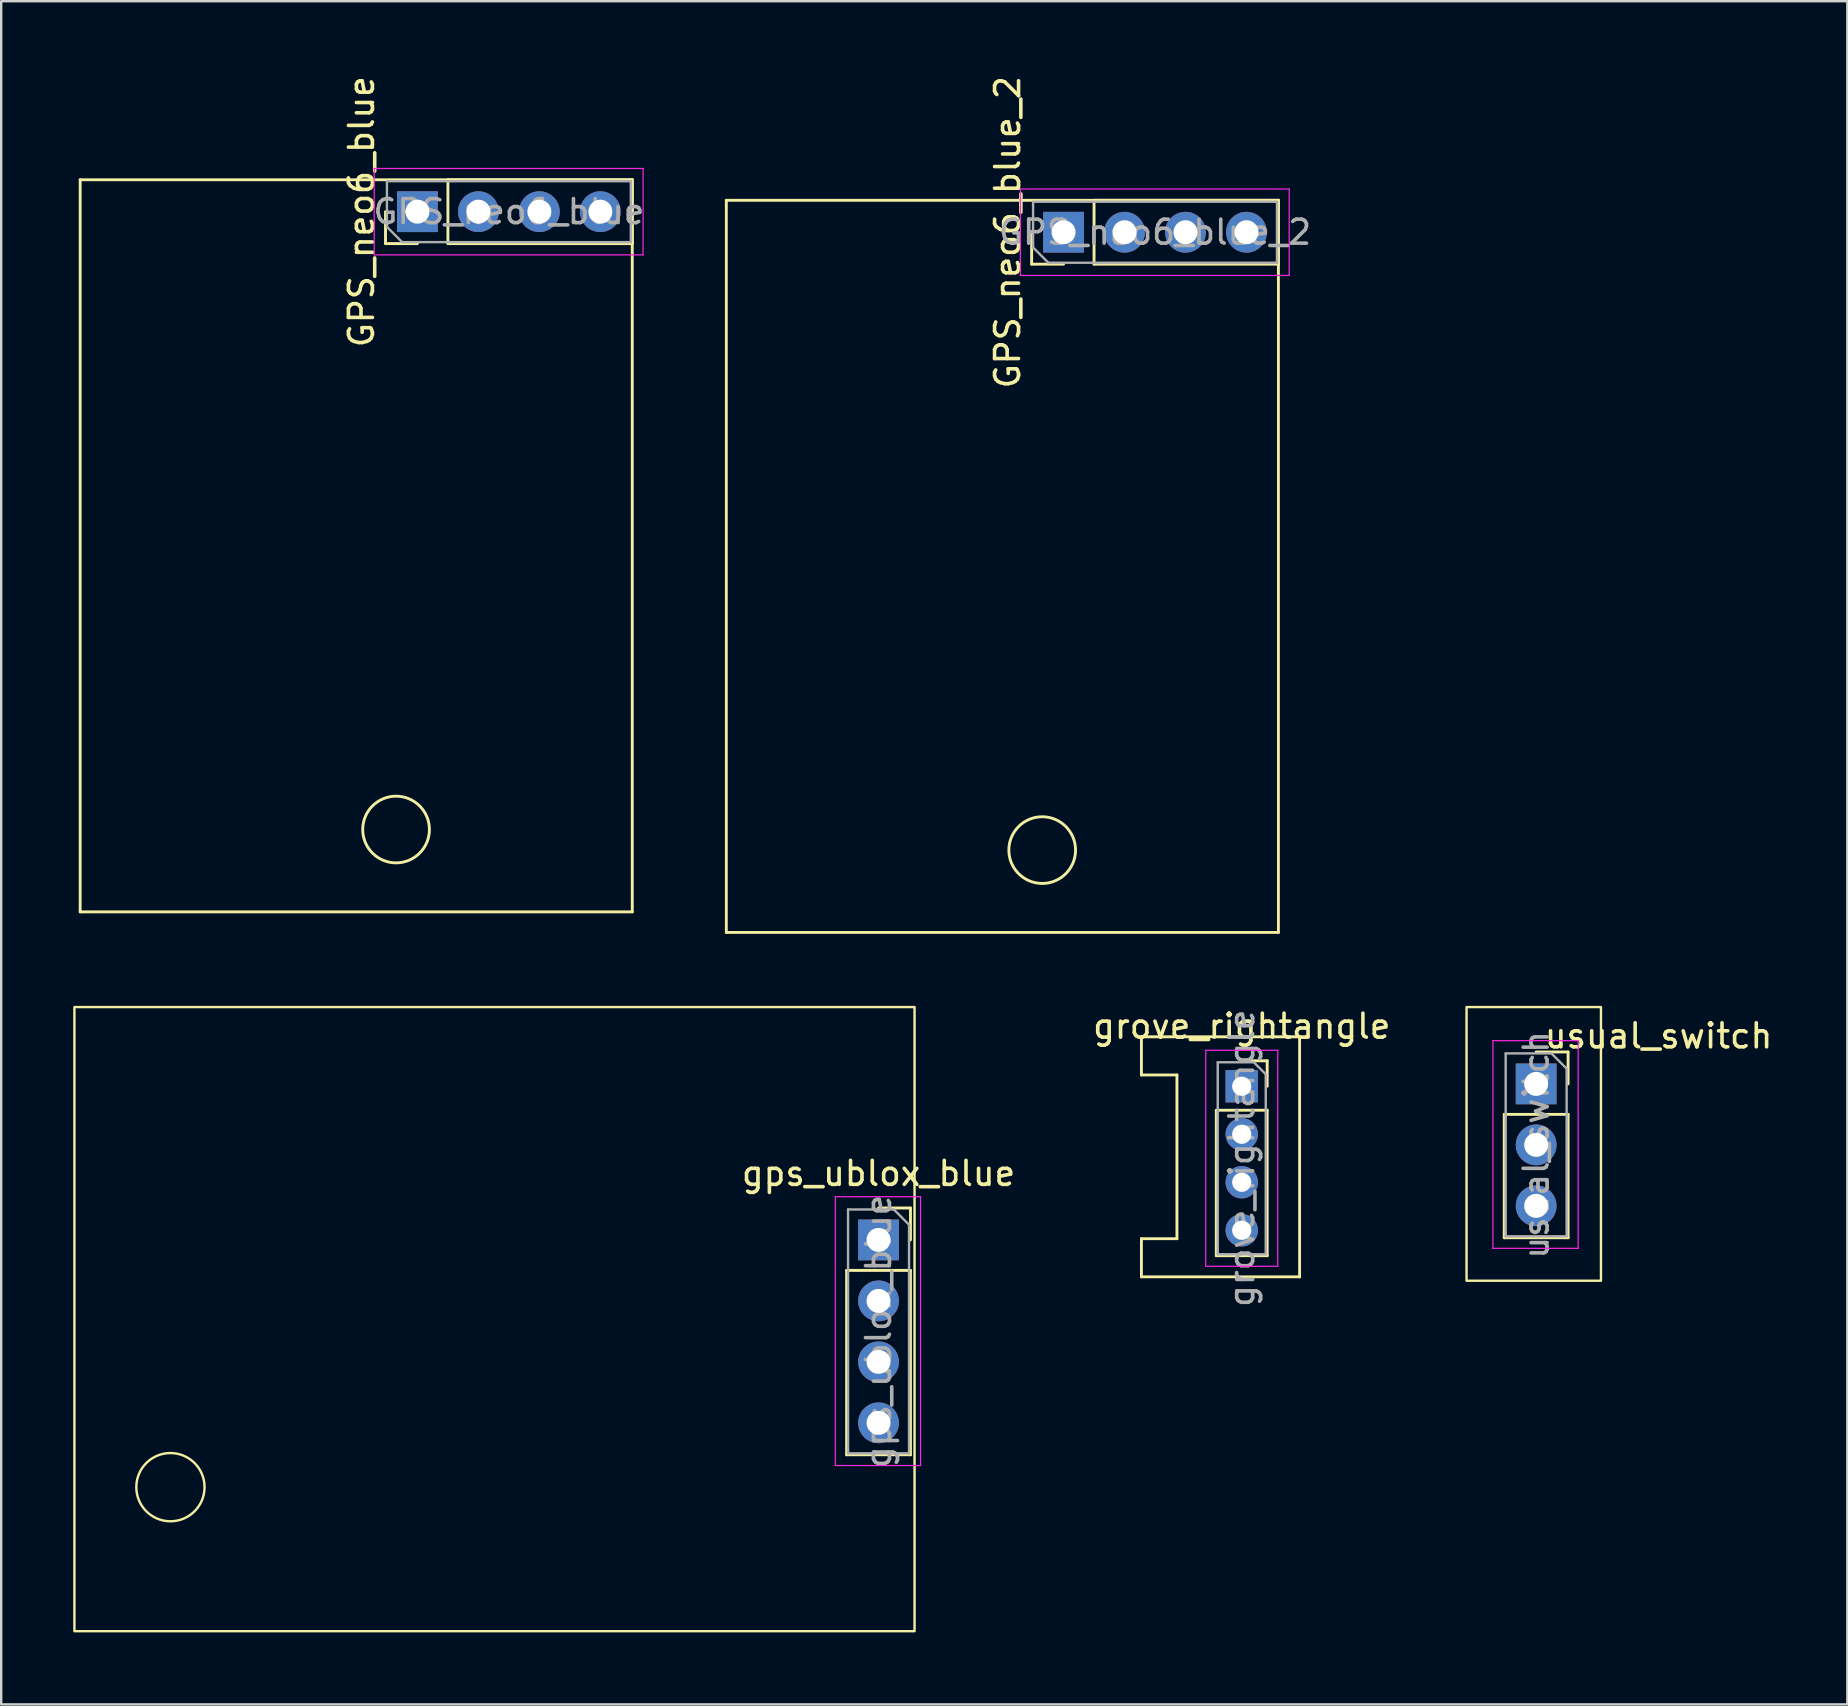
<source format=kicad_pcb>
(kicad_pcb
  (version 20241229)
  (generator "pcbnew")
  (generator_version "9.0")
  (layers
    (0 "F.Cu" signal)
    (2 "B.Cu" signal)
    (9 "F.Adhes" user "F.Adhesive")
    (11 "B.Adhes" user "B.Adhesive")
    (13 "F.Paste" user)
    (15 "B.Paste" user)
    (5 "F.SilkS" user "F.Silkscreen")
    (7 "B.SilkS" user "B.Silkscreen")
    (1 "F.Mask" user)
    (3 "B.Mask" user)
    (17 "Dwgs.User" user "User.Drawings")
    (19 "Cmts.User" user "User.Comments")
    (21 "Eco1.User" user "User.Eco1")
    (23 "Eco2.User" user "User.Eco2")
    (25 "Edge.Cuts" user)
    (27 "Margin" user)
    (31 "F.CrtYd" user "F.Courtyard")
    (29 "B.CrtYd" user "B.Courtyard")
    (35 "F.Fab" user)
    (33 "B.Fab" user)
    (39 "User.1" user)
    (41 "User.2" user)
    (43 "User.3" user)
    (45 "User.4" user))
  (footprint "gps_ublox_blue"
    (layer "F.Cu")
    (at 33.55 48.605)
    (property "Reference" "gps_ublox_blue" (at 0 -2.77 0) (layer "F.SilkS") (effects (font (size 1 1) (thickness 0.15))))
    (attr through_hole)
    (fp_line (start -1.33 1.27) (end -1.33 8.95) (stroke (width 0.12) (type solid)) (layer "F.SilkS"))
    (fp_line (start -1.33 1.27) (end 1.33 1.27) (stroke (width 0.12) (type solid)) (layer "F.SilkS"))
    (fp_line (start -1.33 8.95) (end 1.33 8.95) (stroke (width 0.12) (type solid)) (layer "F.SilkS"))
    (fp_line (start 0 -1.33) (end 1.33 -1.33) (stroke (width 0.12) (type solid)) (layer "F.SilkS"))
    (fp_line (start 1.33 -1.33) (end 1.33 0) (stroke (width 0.12) (type solid)) (layer "F.SilkS"))
    (fp_line (start 1.33 1.27) (end 1.33 8.95) (stroke (width 0.12) (type solid)) (layer "F.SilkS"))
    (fp_rect (start -33.5 -9.7) (end 1.5 16.3) (stroke (width 0.1) (type default)) (fill no) (layer "F.SilkS"))
    (fp_circle (center -29.5 10.3) (end -28.4 11.2) (stroke (width 0.1) (type default)) (fill no) (layer "F.SilkS"))
    (fp_line (start -1.8 -1.8) (end 1.75 -1.8) (stroke (width 0.05) (type solid)) (layer "F.CrtYd"))
    (fp_line (start -1.8 9.4) (end -1.8 -1.8) (stroke (width 0.05) (type solid)) (layer "F.CrtYd"))
    (fp_line (start 1.75 -1.8) (end 1.75 9.4) (stroke (width 0.05) (type solid)) (layer "F.CrtYd"))
    (fp_line (start 1.75 9.4) (end -1.8 9.4) (stroke (width 0.05) (type solid)) (layer "F.CrtYd"))
    (fp_line (start -1.27 -1.27) (end 0.635 -1.27) (stroke (width 0.1) (type solid)) (layer "F.Fab"))
    (fp_line (start -1.27 8.89) (end -1.27 -1.27) (stroke (width 0.1) (type solid)) (layer "F.Fab"))
    (fp_line (start 0.635 -1.27) (end 1.27 -0.635) (stroke (width 0.1) (type solid)) (layer "F.Fab"))
    (fp_line (start 1.27 -0.635) (end 1.27 8.89) (stroke (width 0.1) (type solid)) (layer "F.Fab"))
    (fp_line (start 1.27 8.89) (end -1.27 8.89) (stroke (width 0.1) (type solid)) (layer "F.Fab"))
    (fp_text user "${REFERENCE}" (at 0 3.81 90) (layer "F.Fab") (effects (font (size 1 1) (thickness 0.15))))
    (pad "1" thru_hole rect (at 0 0) (size 1.7 1.7) (drill 1) (layers "*.Cu" "*.Mask"))
    (pad "2" thru_hole oval (at 0 2.54) (size 1.7 1.7) (drill 1) (layers "*.Cu" "*.Mask"))
    (pad "3" thru_hole oval (at 0 5.08) (size 1.7 1.7) (drill 1) (layers "*.Cu" "*.Mask"))
    (pad "4" thru_hole oval (at 0 7.62) (size 1.7 1.7) (drill 1) (layers "*.Cu" "*.Mask")))
  (footprint "GPS_neo6_blue_2"
    (layer "F.Cu")
    (at 27.168 5.265)
    (property "Reference" "GPS_neo6_blue_2" (at 11.76 1.36 90) (layer "F.SilkS") (effects (font (size 1 1) (thickness 0.15))))
    (attr through_hole)
    (fp_line (start 0.04 30.53) (end 0.04 0.03) (stroke (width 0.12) (type solid)) (layer "F.SilkS"))
    (fp_line (start 12.76 2.69) (end 12.76 1.36) (stroke (width 0.12) (type solid)) (layer "F.SilkS"))
    (fp_line (start 14.09 2.69) (end 12.76 2.69) (stroke (width 0.12) (type solid)) (layer "F.SilkS"))
    (fp_line (start 15.36 0.03) (end 23.04 0.03) (stroke (width 0.12) (type solid)) (layer "F.SilkS"))
    (fp_line (start 15.36 2.69) (end 15.36 0.03) (stroke (width 0.12) (type solid)) (layer "F.SilkS"))
    (fp_line (start 15.36 2.69) (end 23.04 2.69) (stroke (width 0.12) (type solid)) (layer "F.SilkS"))
    (fp_line (start 23.04 0.03) (end 0.04 0.03) (stroke (width 0.12) (type solid)) (layer "F.SilkS"))
    (fp_line (start 23.04 0.03) (end 23.04 30.53) (stroke (width 0.12) (type solid)) (layer "F.SilkS"))
    (fp_line (start 23.04 2.69) (end 23.04 0.03) (stroke (width 0.12) (type solid)) (layer "F.SilkS"))
    (fp_line (start 23.04 30.53) (end 0.04 30.53) (stroke (width 0.12) (type solid)) (layer "F.SilkS"))
    (fp_circle (center 13.2 27.1) (end 14.4 27.8) (stroke (width 0.12) (type solid)) (fill no) (layer "F.SilkS"))
    (fp_line (start 12.29 -0.44) (end 12.29 3.16) (stroke (width 0.05) (type solid)) (layer "F.CrtYd"))
    (fp_line (start 12.29 3.16) (end 23.49 3.16) (stroke (width 0.05) (type solid)) (layer "F.CrtYd"))
    (fp_line (start 23.49 -0.44) (end 12.29 -0.44) (stroke (width 0.05) (type solid)) (layer "F.CrtYd"))
    (fp_line (start 23.49 3.16) (end 23.49 -0.44) (stroke (width 0.05) (type solid)) (layer "F.CrtYd"))
    (fp_line (start 12.82 0.09) (end 22.98 0.09) (stroke (width 0.1) (type solid)) (layer "F.Fab"))
    (fp_line (start 12.82 1.995) (end 12.82 0.09) (stroke (width 0.1) (type solid)) (layer "F.Fab"))
    (fp_line (start 13.455 2.63) (end 12.82 1.995) (stroke (width 0.1) (type solid)) (layer "F.Fab"))
    (fp_line (start 22.98 0.09) (end 22.98 2.63) (stroke (width 0.1) (type solid)) (layer "F.Fab"))
    (fp_line (start 22.98 2.63) (end 13.455 2.63) (stroke (width 0.1) (type solid)) (layer "F.Fab"))
    (fp_text user "${REFERENCE}" (at 17.9 1.36 180) (layer "F.Fab") (effects (font (size 1 1) (thickness 0.15))))
    (pad "1" thru_hole rect (at 14.09 1.36 90) (size 1.7 1.7) (drill 1) (layers "*.Cu" "*.Mask"))
    (pad "2" thru_hole oval (at 16.63 1.36 90) (size 1.7 1.7) (drill 1) (layers "*.Cu" "*.Mask"))
    (pad "3" thru_hole oval (at 19.17 1.36 90) (size 1.7 1.7) (drill 1) (layers "*.Cu" "*.Mask"))
    (pad "4" thru_hole oval (at 21.71 1.36 90) (size 1.7 1.7) (drill 1) (layers "*.Cu" "*.Mask")))
  (footprint "usual_switch"
    (layer "F.Cu")
    (at 60.946 42.105)
    (property "Reference" "usual_switch" (at 5.1 -2 0) (layer "F.SilkS") (effects (font (size 1 1) (thickness 0.15))))
    (attr through_hole)
    (fp_line (start -1.33 1.27) (end -1.33 6.41) (stroke (width 0.12) (type solid)) (layer "F.SilkS"))
    (fp_line (start -1.33 1.27) (end 1.33 1.27) (stroke (width 0.12) (type solid)) (layer "F.SilkS"))
    (fp_line (start -1.33 6.41) (end 1.33 6.41) (stroke (width 0.12) (type solid)) (layer "F.SilkS"))
    (fp_line (start 0 -1.33) (end 1.33 -1.33) (stroke (width 0.12) (type solid)) (layer "F.SilkS"))
    (fp_line (start 1.33 -1.33) (end 1.33 0) (stroke (width 0.12) (type solid)) (layer "F.SilkS"))
    (fp_line (start 1.33 1.27) (end 1.33 6.41) (stroke (width 0.12) (type solid)) (layer "F.SilkS"))
    (fp_rect (start -2.9 -3.2) (end 2.7 8.2) (stroke (width 0.1) (type default)) (fill no) (layer "F.SilkS"))
    (fp_line (start -1.8 -1.8) (end 1.75 -1.8) (stroke (width 0.05) (type solid)) (layer "F.CrtYd"))
    (fp_line (start -1.8 6.85) (end -1.8 -1.8) (stroke (width 0.05) (type solid)) (layer "F.CrtYd"))
    (fp_line (start 1.75 -1.8) (end 1.75 6.85) (stroke (width 0.05) (type solid)) (layer "F.CrtYd"))
    (fp_line (start 1.75 6.85) (end -1.8 6.85) (stroke (width 0.05) (type solid)) (layer "F.CrtYd"))
    (fp_line (start -1.27 -1.27) (end 0.635 -1.27) (stroke (width 0.1) (type solid)) (layer "F.Fab"))
    (fp_line (start -1.27 6.35) (end -1.27 -1.27) (stroke (width 0.1) (type solid)) (layer "F.Fab"))
    (fp_line (start 0.635 -1.27) (end 1.27 -0.635) (stroke (width 0.1) (type solid)) (layer "F.Fab"))
    (fp_line (start 1.27 -0.635) (end 1.27 6.35) (stroke (width 0.1) (type solid)) (layer "F.Fab"))
    (fp_line (start 1.27 6.35) (end -1.27 6.35) (stroke (width 0.1) (type solid)) (layer "F.Fab"))
    (fp_text user "${REFERENCE}" (at 0 2.54 90) (layer "F.Fab") (effects (font (size 1 1) (thickness 0.15))))
    (pad "1" thru_hole rect (at 0 0) (size 1.7 1.7) (drill 1) (layers "*.Cu" "*.Mask"))
    (pad "2" thru_hole oval (at 0 2.54) (size 1.7 1.7) (drill 1) (layers "*.Cu" "*.Mask"))
    (pad "3" thru_hole oval (at 0 5.08) (size 1.7 1.7) (drill 1) (layers "*.Cu" "*.Mask")))
  (footprint "grove_rightangle"
    (layer "F.Cu")
    (at 48.681 42.203)
    (property "Reference" "grove_rightangle" (at 0 -2.5 0) (layer "F.SilkS") (effects (font (size 1 1) (thickness 0.15))))
    (attr through_hole)
    (fp_line (start -4.18 -2.06) (end -4.18 -0.47) (stroke (width 0.12) (type default)) (layer "F.SilkS"))
    (fp_line (start -4.18 -0.47) (end -2.7 -0.47) (stroke (width 0.12) (type default)) (layer "F.SilkS"))
    (fp_line (start -4.18 6.35) (end -2.7 6.35) (stroke (width 0.12) (type default)) (layer "F.SilkS"))
    (fp_line (start -4.18 7.94) (end -4.18 6.35) (stroke (width 0.12) (type default)) (layer "F.SilkS"))
    (fp_line (start -2.7 -0.47) (end -2.7 6.35) (stroke (width 0.12) (type default)) (layer "F.SilkS"))
    (fp_line (start -1.06 1) (end -1.06 7.06) (stroke (width 0.12) (type solid)) (layer "F.SilkS"))
    (fp_line (start -1.06 1) (end 1.06 1) (stroke (width 0.12) (type solid)) (layer "F.SilkS"))
    (fp_line (start -1.06 7.06) (end 1.06 7.06) (stroke (width 0.12) (type solid)) (layer "F.SilkS"))
    (fp_line (start 0 -1.06) (end 1.06 -1.06) (stroke (width 0.12) (type solid)) (layer "F.SilkS"))
    (fp_line (start 1.06 -1.06) (end 1.06 0) (stroke (width 0.12) (type solid)) (layer "F.SilkS"))
    (fp_line (start 1.06 1) (end 1.06 7.06) (stroke (width 0.12) (type solid)) (layer "F.SilkS"))
    (fp_line (start 2.41 -2.06) (end -4.18 -2.06) (stroke (width 0.12) (type default)) (layer "F.SilkS"))
    (fp_line (start 2.41 -2.06) (end 2.41 7.94) (stroke (width 0.12) (type default)) (layer "F.SilkS"))
    (fp_line (start 2.41 7.94) (end -4.18 7.94) (stroke (width 0.12) (type default)) (layer "F.SilkS"))
    (fp_line (start -1.5 -1.5) (end 1.5 -1.5) (stroke (width 0.05) (type solid)) (layer "F.CrtYd"))
    (fp_line (start -1.5 7.5) (end -1.5 -1.5) (stroke (width 0.05) (type solid)) (layer "F.CrtYd"))
    (fp_line (start 1.5 -1.5) (end 1.5 7.5) (stroke (width 0.05) (type solid)) (layer "F.CrtYd"))
    (fp_line (start 1.5 7.5) (end -1.5 7.5) (stroke (width 0.05) (type solid)) (layer "F.CrtYd"))
    (fp_line (start -1 -1) (end 0.5 -1) (stroke (width 0.1) (type solid)) (layer "F.Fab"))
    (fp_line (start -1 7) (end -1 -1) (stroke (width 0.1) (type solid)) (layer "F.Fab"))
    (fp_line (start 0.5 -1) (end 1 -0.5) (stroke (width 0.1) (type solid)) (layer "F.Fab"))
    (fp_line (start 1 -0.5) (end 1 7) (stroke (width 0.1) (type solid)) (layer "F.Fab"))
    (fp_line (start 1 7) (end -1 7) (stroke (width 0.1) (type solid)) (layer "F.Fab"))
    (fp_text user "${REFERENCE}" (at 0 3 90) (layer "F.Fab") (effects (font (size 1 1) (thickness 0.15))))
    (pad "1" thru_hole oval (at 0 6) (size 1.35 1.35) (drill 0.8) (layers "*.Cu" "*.Mask"))
    (pad "2" thru_hole oval (at 0 4) (size 1.35 1.35) (drill 0.8) (layers "*.Cu" "*.Mask"))
    (pad "3" thru_hole oval (at 0 2) (size 1.35 1.35) (drill 0.8) (layers "*.Cu" "*.Mask"))
    (pad "4" thru_hole rect (at 0 0) (size 1.35 1.35) (drill 0.8) (layers "*.Cu" "*.Mask")))
  (footprint "GPS_neo6_blue"
    (layer "F.Cu")
    (at 0.25 4.408)
    (property "Reference" "GPS_neo6_blue" (at 11.76 1.36 90) (layer "F.SilkS") (effects (font (size 1 1) (thickness 0.15))))
    (attr through_hole)
    (fp_line (start 0.04 30.53) (end 0.04 0.03) (stroke (width 0.12) (type solid)) (layer "F.SilkS"))
    (fp_line (start 12.76 2.69) (end 12.76 1.36) (stroke (width 0.12) (type solid)) (layer "F.SilkS"))
    (fp_line (start 14.09 2.69) (end 12.76 2.69) (stroke (width 0.12) (type solid)) (layer "F.SilkS"))
    (fp_line (start 15.36 0.03) (end 23.04 0.03) (stroke (width 0.12) (type solid)) (layer "F.SilkS"))
    (fp_line (start 15.36 2.69) (end 15.36 0.03) (stroke (width 0.12) (type solid)) (layer "F.SilkS"))
    (fp_line (start 15.36 2.69) (end 23.04 2.69) (stroke (width 0.12) (type solid)) (layer "F.SilkS"))
    (fp_line (start 23.04 0.03) (end 0.04 0.03) (stroke (width 0.12) (type solid)) (layer "F.SilkS"))
    (fp_line (start 23.04 0.03) (end 23.04 30.53) (stroke (width 0.12) (type solid)) (layer "F.SilkS"))
    (fp_line (start 23.04 2.69) (end 23.04 0.03) (stroke (width 0.12) (type solid)) (layer "F.SilkS"))
    (fp_line (start 23.04 30.53) (end 0.04 30.53) (stroke (width 0.12) (type solid)) (layer "F.SilkS"))
    (fp_circle (center 13.2 27.1) (end 14.4 27.8) (stroke (width 0.12) (type solid)) (fill no) (layer "F.SilkS"))
    (fp_line (start 12.29 -0.44) (end 12.29 3.16) (stroke (width 0.05) (type solid)) (layer "F.CrtYd"))
    (fp_line (start 12.29 3.16) (end 23.49 3.16) (stroke (width 0.05) (type solid)) (layer "F.CrtYd"))
    (fp_line (start 23.49 -0.44) (end 12.29 -0.44) (stroke (width 0.05) (type solid)) (layer "F.CrtYd"))
    (fp_line (start 23.49 3.16) (end 23.49 -0.44) (stroke (width 0.05) (type solid)) (layer "F.CrtYd"))
    (fp_line (start 12.82 0.09) (end 22.98 0.09) (stroke (width 0.1) (type solid)) (layer "F.Fab"))
    (fp_line (start 12.82 1.995) (end 12.82 0.09) (stroke (width 0.1) (type solid)) (layer "F.Fab"))
    (fp_line (start 13.455 2.63) (end 12.82 1.995) (stroke (width 0.1) (type solid)) (layer "F.Fab"))
    (fp_line (start 22.98 0.09) (end 22.98 2.63) (stroke (width 0.1) (type solid)) (layer "F.Fab"))
    (fp_line (start 22.98 2.63) (end 13.455 2.63) (stroke (width 0.1) (type solid)) (layer "F.Fab"))
    (fp_text user "${REFERENCE}" (at 17.9 1.36 180) (layer "F.Fab") (effects (font (size 1 1) (thickness 0.15))))
    (pad "1" thru_hole rect (at 14.09 1.36 90) (size 1.7 1.7) (drill 1) (layers "*.Cu" "*.Mask"))
    (pad "2" thru_hole oval (at 16.63 1.36 90) (size 1.7 1.7) (drill 1) (layers "*.Cu" "*.Mask"))
    (pad "3" thru_hole oval (at 19.17 1.36 90) (size 1.7 1.7) (drill 1) (layers "*.Cu" "*.Mask"))
    (pad "4" thru_hole oval (at 21.71 1.36 90) (size 1.7 1.7) (drill 1) (layers "*.Cu" "*.Mask")))
  (gr_rect
    (start -3 -3)
    (end 73.91 67.955)
    (stroke (width 0.1) (type default))
    (fill no)
    (layer "Edge.Cuts")))
</source>
